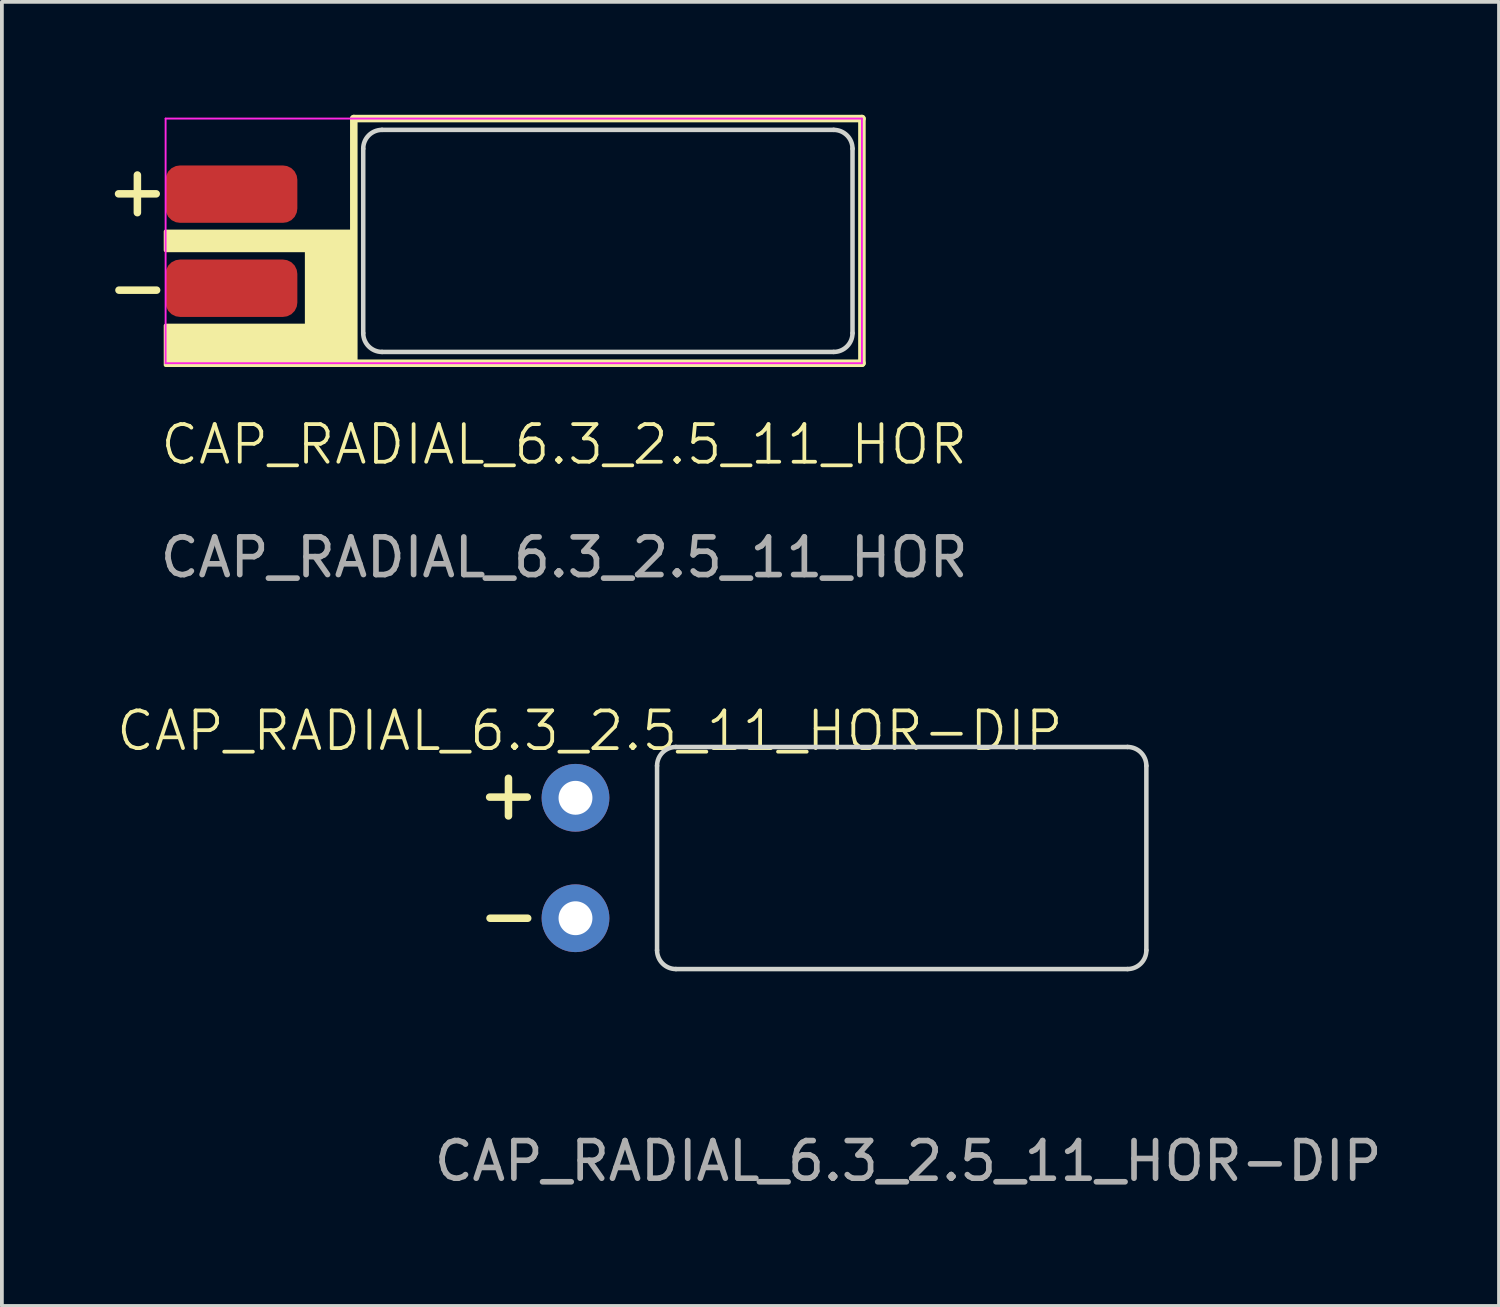
<source format=kicad_pcb>
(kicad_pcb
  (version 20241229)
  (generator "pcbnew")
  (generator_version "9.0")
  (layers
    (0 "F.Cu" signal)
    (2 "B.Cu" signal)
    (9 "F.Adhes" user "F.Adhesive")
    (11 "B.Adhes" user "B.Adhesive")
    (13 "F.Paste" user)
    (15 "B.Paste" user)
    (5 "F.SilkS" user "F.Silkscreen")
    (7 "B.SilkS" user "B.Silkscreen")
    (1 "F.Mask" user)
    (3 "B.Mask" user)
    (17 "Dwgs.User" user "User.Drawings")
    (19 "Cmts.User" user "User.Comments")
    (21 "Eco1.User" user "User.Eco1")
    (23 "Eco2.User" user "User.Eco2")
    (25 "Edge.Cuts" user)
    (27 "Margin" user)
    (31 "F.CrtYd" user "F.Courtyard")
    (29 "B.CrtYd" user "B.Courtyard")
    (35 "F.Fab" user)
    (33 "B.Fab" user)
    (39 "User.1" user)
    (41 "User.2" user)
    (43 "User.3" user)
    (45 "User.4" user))
  (footprint "CAP_RADIAL_6.3_2.5_11_HOR"
    (layer "F.Cu")
    (at 3.1 2.108)
    (property "Reference" "CAP_RADIAL_6.3_2.5_11_HOR" (at 8.839 6.652 0) (unlocked yes) (layer "F.SilkS") (effects (font (size 1 1) (thickness 0.1))))
    (attr smd)
    (fp_line (start -3 -0.008) (end -2 -0.008) (stroke (width 0.2) (type default)) (layer "F.SilkS"))
    (fp_line (start -2.989 2.551) (end -1.989 2.551) (stroke (width 0.2) (type default)) (layer "F.SilkS"))
    (fp_line (start -2.5 -0.508) (end -2.5 0.492) (stroke (width 0.2) (type default)) (layer "F.SilkS"))
    (fp_line (start 3.25 -2.008) (end 16.75 -2.008) (stroke (width 0.2) (type default)) (layer "F.SilkS"))
    (fp_line (start 3.25 4.492) (end 3.25 -2.008) (stroke (width 0.2) (type default)) (layer "F.SilkS"))
    (fp_line (start 16.75 -2.008) (end 16.75 4.492) (stroke (width 0.2) (type default)) (layer "F.SilkS"))
    (fp_line (start 16.75 4.492) (end 3.25 4.492) (stroke (width 0.2) (type default)) (layer "F.SilkS"))
    (fp_poly (pts (xy 3.25 0.992) (xy -1.75 0.992) (xy -1.75 1.492) (xy 2 1.492) (xy 2 3.492) (xy -1.75 3.492) (xy -1.75 4.542) (xy 3.25 4.542)) (stroke (width 0.1) (type solid)) (fill yes) (layer "F.SilkS"))
    (fp_line (start 3.5 -1.208) (end 3.5 3.692) (stroke (width 0.12) (type default)) (layer "Edge.Cuts"))
    (fp_line (start 4 4.192) (end 16 4.192) (stroke (width 0.12) (type default)) (layer "Edge.Cuts"))
    (fp_line (start 16 -1.708) (end 4 -1.708) (stroke (width 0.12) (type default)) (layer "Edge.Cuts"))
    (fp_line (start 16.5 3.692) (end 16.5 -1.208) (stroke (width 0.12) (type default)) (layer "Edge.Cuts"))
    (fp_arc (start 3.5 -1.2076) (mid 3.646447 -1.561153) (end 4 -1.7076) (stroke (width 0.12) (type default)) (layer "Edge.Cuts"))
    (fp_arc (start 4 4.1924) (mid 3.646447 4.045953) (end 3.5 3.6924) (stroke (width 0.12) (type default)) (layer "Edge.Cuts"))
    (fp_arc (start 16 -1.7076) (mid 16.353553 -1.561153) (end 16.5 -1.2076) (stroke (width 0.12) (type default)) (layer "Edge.Cuts"))
    (fp_arc (start 16.5 3.6924) (mid 16.353553 4.045953) (end 16 4.1924) (stroke (width 0.12) (type default)) (layer "Edge.Cuts"))
    (fp_line (start -1.75 -2.008) (end 16.75 -2.008) (stroke (width 0.05) (type default)) (layer "F.CrtYd"))
    (fp_line (start -1.75 4.492) (end -1.75 -2.008) (stroke (width 0.05) (type default)) (layer "F.CrtYd"))
    (fp_line (start 16.75 -2.008) (end 16.75 4.492) (stroke (width 0.05) (type default)) (layer "F.CrtYd"))
    (fp_line (start 16.75 4.492) (end -1.75 4.492) (stroke (width 0.05) (type default)) (layer "F.CrtYd"))
    (fp_text user "${REFERENCE}" (at 8.839 9.652 0) (unlocked yes) (layer "F.Fab") (effects (font (size 1 1) (thickness 0.15))))
    (pad "1" smd roundrect (at 0 0) (size 3.5 1.524) (layers "F.Cu" "F.Mask" "F.Paste") (roundrect_rratio 0.25))
    (pad "2" smd roundrect (at 0 2.5) (size 3.5 1.524) (layers "F.Cu" "F.Mask" "F.Paste") (roundrect_rratio 0.25)))
  (footprint "CAP_RADIAL_6.3_2.5_11_HOR-DIP"
    (layer "F.Cu")
    (at 12.24 18.146)
    (property "Reference" "CAP_RADIAL_6.3_2.5_11_HOR-DIP" (at 0.381 -1.778 0) (unlocked yes) (layer "F.SilkS") (effects (font (size 1 1) (thickness 0.1))))
    (attr smd)
    (fp_line (start -2.281 -0.018) (end -1.281 -0.018) (stroke (width 0.2) (type default)) (layer "F.SilkS"))
    (fp_line (start -2.27 3.2) (end -1.27 3.2) (stroke (width 0.2) (type default)) (layer "F.SilkS"))
    (fp_line (start -1.781 -0.518) (end -1.781 0.482) (stroke (width 0.2) (type default)) (layer "F.SilkS"))
    (fp_line (start 2.167 -0.85) (end 2.167 4.05) (stroke (width 0.12) (type default)) (layer "Edge.Cuts"))
    (fp_line (start 2.667 4.55) (end 14.667 4.55) (stroke (width 0.12) (type default)) (layer "Edge.Cuts"))
    (fp_line (start 14.667 -1.35) (end 2.667 -1.35) (stroke (width 0.12) (type default)) (layer "Edge.Cuts"))
    (fp_line (start 15.167 4.05) (end 15.167 -0.85) (stroke (width 0.12) (type default)) (layer "Edge.Cuts"))
    (fp_arc (start 2.167 -0.85) (mid 2.313447 -1.203553) (end 2.667 -1.35) (stroke (width 0.12) (type default)) (layer "Edge.Cuts"))
    (fp_arc (start 2.667 4.55) (mid 2.313447 4.403553) (end 2.167 4.05) (stroke (width 0.12) (type default)) (layer "Edge.Cuts"))
    (fp_arc (start 14.667 -1.35) (mid 15.020553 -1.203553) (end 15.167 -0.85) (stroke (width 0.12) (type default)) (layer "Edge.Cuts"))
    (fp_arc (start 15.167 4.05) (mid 15.020553 4.403553) (end 14.667 4.55) (stroke (width 0.12) (type default)) (layer "Edge.Cuts"))
    (fp_text user "${REFERENCE}" (at 8.839 9.652 0) (unlocked yes) (layer "F.Fab") (effects (font (size 1 1) (thickness 0.15))))
    (pad "1" thru_hole circle (at 0 0) (size 1.8 1.8) (drill 0.9) (layers "*.Cu" "*.Mask"))
    (pad "2" thru_hole circle (at 0 3.2) (size 1.8 1.8) (drill 0.9) (layers "*.Cu" "*.Mask")))
  (gr_rect
    (start -3 -3)
    (end 36.776 31.647)
    (stroke (width 0.1) (type default))
    (fill no)
    (layer "Edge.Cuts")))
</source>
